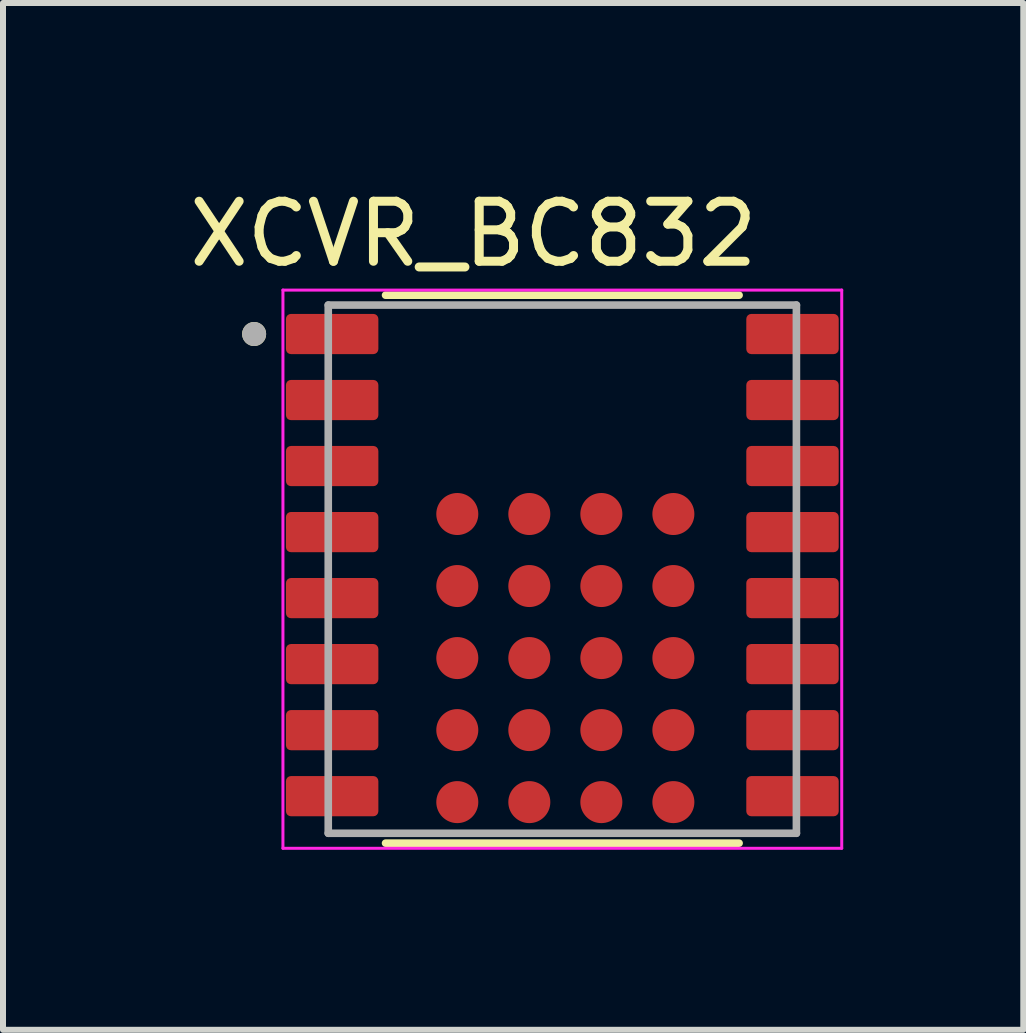
<source format=kicad_pcb>
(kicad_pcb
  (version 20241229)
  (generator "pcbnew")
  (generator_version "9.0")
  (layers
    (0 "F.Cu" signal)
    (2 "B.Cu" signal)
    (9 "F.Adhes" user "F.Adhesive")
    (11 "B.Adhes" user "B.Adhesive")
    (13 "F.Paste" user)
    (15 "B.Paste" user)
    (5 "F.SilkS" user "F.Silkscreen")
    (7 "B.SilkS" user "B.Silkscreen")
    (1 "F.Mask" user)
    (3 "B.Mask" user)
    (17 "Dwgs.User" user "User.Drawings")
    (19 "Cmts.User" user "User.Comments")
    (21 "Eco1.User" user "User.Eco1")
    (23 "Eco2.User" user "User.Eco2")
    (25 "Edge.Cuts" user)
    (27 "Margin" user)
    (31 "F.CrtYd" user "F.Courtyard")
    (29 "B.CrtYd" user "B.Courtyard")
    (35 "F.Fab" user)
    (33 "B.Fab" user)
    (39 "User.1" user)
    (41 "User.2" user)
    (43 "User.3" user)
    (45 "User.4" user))
  (footprint "XCVR_BC832"
    (layer "F.Cu")
    (at 6.319 6.433)
    (property "Reference" "XCVR_BC832" (at -1.48 -5.585 0) (layer "F.SilkS") (effects (font (size 1 1) (thickness 0.15))))
    (attr smd)
    (fp_rect (start -4.36 -4.2) (end -3.31 4.07) (stroke (width 0.1) (type default)) (fill yes) (layer "F.Mask"))
    (fp_rect (start 3.31 -4.2) (end 4.36 4.07) (stroke (width 0.1) (type default)) (fill yes) (layer "F.Mask"))
    (fp_line (start -2.945 -4.565) (end 2.945 -4.565) (stroke (width 0.127) (type solid)) (layer "F.SilkS"))
    (fp_line (start -2.945 4.565) (end 2.945 4.565) (stroke (width 0.127) (type solid)) (layer "F.SilkS"))
    (fp_circle (center -5.135 -3.918) (end -5.035 -3.918) (stroke (width 0.2) (type solid)) (fill no) (layer "F.SilkS"))
    (fp_rect (start -4.36 -4.2) (end -3.315 -3.635) (stroke (width 0.1) (type default)) (fill yes) (layer "F.Paste"))
    (fp_rect (start -4.355 -3.103) (end -3.31 -2.538) (stroke (width 0.1) (type default)) (fill yes) (layer "F.Paste"))
    (fp_rect (start -4.355 -2.002) (end -3.31 -1.438) (stroke (width 0.1) (type default)) (fill yes) (layer "F.Paste"))
    (fp_rect (start -4.355 -0.902) (end -3.31 -0.338) (stroke (width 0.1) (type default)) (fill yes) (layer "F.Paste"))
    (fp_rect (start -4.355 0.198) (end -3.31 0.762) (stroke (width 0.1) (type default)) (fill yes) (layer "F.Paste"))
    (fp_rect (start -4.355 1.298) (end -3.31 1.863) (stroke (width 0.1) (type default)) (fill yes) (layer "F.Paste"))
    (fp_rect (start -4.355 2.397) (end -3.31 2.962) (stroke (width 0.1) (type default)) (fill yes) (layer "F.Paste"))
    (fp_rect (start -4.355 3.5) (end -3.31 4.065) (stroke (width 0.1) (type default)) (fill yes) (layer "F.Paste"))
    (fp_rect (start 3.317 -4.195) (end 4.362 -3.63) (stroke (width 0.1) (type default)) (fill yes) (layer "F.Paste"))
    (fp_rect (start 3.322 -3.098) (end 4.367 -2.533) (stroke (width 0.1) (type default)) (fill yes) (layer "F.Paste"))
    (fp_rect (start 3.322 -1.998) (end 4.367 -1.433) (stroke (width 0.1) (type default)) (fill yes) (layer "F.Paste"))
    (fp_rect (start 3.322 -0.897) (end 4.367 -0.333) (stroke (width 0.1) (type default)) (fill yes) (layer "F.Paste"))
    (fp_rect (start 3.322 0.203) (end 4.367 0.767) (stroke (width 0.1) (type default)) (fill yes) (layer "F.Paste"))
    (fp_rect (start 3.322 1.302) (end 4.367 1.867) (stroke (width 0.1) (type default)) (fill yes) (layer "F.Paste"))
    (fp_rect (start 3.322 2.402) (end 4.367 2.967) (stroke (width 0.1) (type default)) (fill yes) (layer "F.Paste"))
    (fp_rect (start 3.322 3.505) (end 4.367 4.07) (stroke (width 0.1) (type default)) (fill yes) (layer "F.Paste"))
    (fp_line (start -4.655 -4.65) (end -4.655 4.65) (stroke (width 0.05) (type solid)) (layer "F.CrtYd"))
    (fp_line (start -4.655 4.65) (end 4.655 4.65) (stroke (width 0.05) (type solid)) (layer "F.CrtYd"))
    (fp_line (start 4.655 -4.65) (end -4.655 -4.65) (stroke (width 0.05) (type solid)) (layer "F.CrtYd"))
    (fp_line (start 4.655 4.65) (end 4.655 -4.65) (stroke (width 0.05) (type solid)) (layer "F.CrtYd"))
    (fp_line (start -3.9 -4.4) (end -3.9 4.4) (stroke (width 0.127) (type solid)) (layer "F.Fab"))
    (fp_line (start -3.9 -4.4) (end 3.9 -4.4) (stroke (width 0.127) (type solid)) (layer "F.Fab"))
    (fp_line (start 3.9 -4.4) (end 3.9 4.4) (stroke (width 0.127) (type solid)) (layer "F.Fab"))
    (fp_line (start 3.9 4.4) (end -3.9 4.4) (stroke (width 0.127) (type solid)) (layer "F.Fab"))
    (fp_circle (center -5.135 -3.918) (end -5.035 -3.918) (stroke (width 0.2) (type solid)) (fill no) (layer "F.Fab"))
    (pad "1" smd roundrect (at -3.835 -3.918) (size 1.54 0.67) (layers "F.Cu" "F.Mask" "F.Paste") (roundrect_rratio 0.125))
    (pad "2" smd roundrect (at -3.835 -2.818) (size 1.54 0.67) (layers "F.Cu" "F.Mask" "F.Paste") (roundrect_rratio 0.125))
    (pad "3" smd roundrect (at -3.835 -1.718) (size 1.54 0.67) (layers "F.Cu" "F.Mask" "F.Paste") (roundrect_rratio 0.125))
    (pad "4" smd roundrect (at -3.835 -0.618) (size 1.54 0.67) (layers "F.Cu" "F.Mask" "F.Paste") (roundrect_rratio 0.125))
    (pad "5" smd roundrect (at -3.835 0.482) (size 1.54 0.67) (layers "F.Cu" "F.Mask" "F.Paste") (roundrect_rratio 0.125))
    (pad "6" smd roundrect (at -3.835 1.582) (size 1.54 0.67) (layers "F.Cu" "F.Mask" "F.Paste") (roundrect_rratio 0.125))
    (pad "7" smd roundrect (at -3.835 2.682) (size 1.54 0.67) (layers "F.Cu" "F.Mask" "F.Paste") (roundrect_rratio 0.125))
    (pad "8" smd roundrect (at -3.835 3.782) (size 1.54 0.67) (layers "F.Cu" "F.Mask" "F.Paste") (roundrect_rratio 0.125))
    (pad "9" smd roundrect (at 3.835 3.782) (size 1.54 0.67) (layers "F.Cu" "F.Mask" "F.Paste") (roundrect_rratio 0.125))
    (pad "10" smd roundrect (at 3.835 2.682) (size 1.54 0.67) (layers "F.Cu" "F.Mask" "F.Paste") (roundrect_rratio 0.125))
    (pad "11" smd roundrect (at 3.835 1.582) (size 1.54 0.67) (layers "F.Cu" "F.Mask" "F.Paste") (roundrect_rratio 0.125))
    (pad "12" smd roundrect (at 3.835 0.482) (size 1.54 0.67) (layers "F.Cu" "F.Mask" "F.Paste") (roundrect_rratio 0.125))
    (pad "13" smd roundrect (at 3.835 -0.618) (size 1.54 0.67) (layers "F.Cu" "F.Mask" "F.Paste") (roundrect_rratio 0.125))
    (pad "14" smd roundrect (at 3.835 -1.718) (size 1.54 0.67) (layers "F.Cu" "F.Mask" "F.Paste") (roundrect_rratio 0.125))
    (pad "15" smd roundrect (at 3.835 -2.818) (size 1.54 0.67) (layers "F.Cu" "F.Mask" "F.Paste") (roundrect_rratio 0.125))
    (pad "16" smd roundrect (at 3.835 -3.918) (size 1.54 0.67) (layers "F.Cu" "F.Mask" "F.Paste") (roundrect_rratio 0.125))
    (pad "A1" smd circle (at -1.75 -0.919) (size 0.7 0.7) (layers "F.Cu" "F.Mask" "F.Paste"))
    (pad "A2" smd circle (at -1.75 0.281) (size 0.7 0.7) (layers "F.Cu" "F.Mask" "F.Paste"))
    (pad "A3" smd circle (at -1.75 1.481) (size 0.7 0.7) (layers "F.Cu" "F.Mask" "F.Paste"))
    (pad "A4" smd circle (at -1.75 2.681) (size 0.7 0.7) (layers "F.Cu" "F.Mask" "F.Paste"))
    (pad "A5" smd circle (at -1.75 3.881) (size 0.7 0.7) (layers "F.Cu" "F.Mask" "F.Paste"))
    (pad "B1" smd circle (at -0.55 -0.919) (size 0.7 0.7) (layers "F.Cu" "F.Mask" "F.Paste"))
    (pad "B2" smd circle (at -0.55 0.281) (size 0.7 0.7) (layers "F.Cu" "F.Mask" "F.Paste"))
    (pad "B3" smd circle (at -0.55 1.481) (size 0.7 0.7) (layers "F.Cu" "F.Mask" "F.Paste"))
    (pad "B4" smd circle (at -0.55 2.681) (size 0.7 0.7) (layers "F.Cu" "F.Mask" "F.Paste"))
    (pad "B5" smd circle (at -0.55 3.881) (size 0.7 0.7) (layers "F.Cu" "F.Mask" "F.Paste"))
    (pad "C1" smd circle (at 0.65 -0.919) (size 0.7 0.7) (layers "F.Cu" "F.Mask" "F.Paste"))
    (pad "C2" smd circle (at 0.65 0.281) (size 0.7 0.7) (layers "F.Cu" "F.Mask" "F.Paste"))
    (pad "C3" smd circle (at 0.65 1.481) (size 0.7 0.7) (layers "F.Cu" "F.Mask" "F.Paste"))
    (pad "C4" smd circle (at 0.65 2.681) (size 0.7 0.7) (layers "F.Cu" "F.Mask" "F.Paste"))
    (pad "C5" smd circle (at 0.65 3.881) (size 0.7 0.7) (layers "F.Cu" "F.Mask" "F.Paste"))
    (pad "D1" smd circle (at 1.85 -0.919) (size 0.7 0.7) (layers "F.Cu" "F.Mask" "F.Paste"))
    (pad "D2" smd circle (at 1.85 0.281) (size 0.7 0.7) (layers "F.Cu" "F.Mask" "F.Paste"))
    (pad "D3" smd circle (at 1.85 1.481) (size 0.7 0.7) (layers "F.Cu" "F.Mask" "F.Paste"))
    (pad "D4" smd circle (at 1.85 2.681) (size 0.7 0.7) (layers "F.Cu" "F.Mask" "F.Paste"))
    (pad "D5" smd circle (at 1.85 3.881) (size 0.7 0.7) (layers "F.Cu" "F.Mask" "F.Paste"))
    (zone (net_name "") (layer "F.Cu") (hatch full 0.508) (connect_pads) (min_thickness 0.01) (filled_areas_thickness no) (keepout (tracks not_allowed) (vias not_allowed) (pads not_allowed) (copperpour not_allowed) (footprints allowed)) (placement (enabled no)) (fill) (polygon (pts (xy 2.419 2.033) (xy 2.419 2.18) (xy 2.984 2.18) (xy 2.988 2.18) (xy 2.991 2.18) (xy 2.995 2.181) (xy 2.999 2.182) (xy 3.002 2.182) (xy 3.006 2.183) (xy 3.009 2.185) (xy 3.012 2.186) (xy 3.016 2.188) (xy 3.019 2.189) (xy 3.022 2.191) (xy 3.025 2.193) (xy 3.028 2.196) (xy 3.031 2.198) (xy 3.033 2.201) (xy 3.036 2.203) (xy 3.038 2.206) (xy 3.041 2.209) (xy 3.043 2.212) (xy 3.045 2.215) (xy 3.046 2.218) (xy 3.048 2.222) (xy 3.049 2.225) (xy 3.051 2.228) (xy 3.052 2.232) (xy 3.052 2.235) (xy 3.053 2.239) (xy 3.054 2.243) (xy 3.054 2.246) (xy 3.054 2.25) (xy 3.054 2.78) (xy 3.054 2.784) (xy 3.054 2.787) (xy 3.053 2.791) (xy 3.052 2.795) (xy 3.052 2.798) (xy 3.051 2.802) (xy 3.049 2.805) (xy 3.048 2.808) (xy 3.046 2.812) (xy 3.045 2.815) (xy 3.043 2.818) (xy 3.041 2.821) (xy 3.038 2.824) (xy 3.036 2.827) (xy 3.033 2.829) (xy 3.031 2.832) (xy 3.028 2.834) (xy 3.025 2.837) (xy 3.022 2.839) (xy 3.019 2.841) (xy 3.016 2.842) (xy 3.012 2.844) (xy 3.009 2.845) (xy 3.006 2.847) (xy 3.002 2.848) (xy 2.999 2.848) (xy 2.995 2.849) (xy 2.991 2.85) (xy 2.988 2.85) (xy 2.984 2.85) (xy 2.419 2.85) (xy 2.419 3.28) (xy 2.984 3.28) (xy 2.988 3.28) (xy 2.991 3.28) (xy 2.995 3.281) (xy 2.999 3.282) (xy 3.002 3.282) (xy 3.006 3.283) (xy 3.009 3.285) (xy 3.012 3.286) (xy 3.016 3.288) (xy 3.019 3.289) (xy 3.022 3.291) (xy 3.025 3.293) (xy 3.028 3.296) (xy 3.031 3.298) (xy 3.033 3.301) (xy 3.036 3.303) (xy 3.038 3.306) (xy 3.041 3.309) (xy 3.043 3.312) (xy 3.045 3.315) (xy 3.046 3.318) (xy 3.048 3.322) (xy 3.049 3.325) (xy 3.051 3.328) (xy 3.052 3.332) (xy 3.052 3.335) (xy 3.053 3.339) (xy 3.054 3.343) (xy 3.054 3.346) (xy 3.054 3.35) (xy 3.054 3.88) (xy 3.054 3.884) (xy 3.054 3.887) (xy 3.053 3.891) (xy 3.052 3.895) (xy 3.052 3.898) (xy 3.051 3.902) (xy 3.049 3.905) (xy 3.048 3.908) (xy 3.046 3.912) (xy 3.045 3.915) (xy 3.043 3.918) (xy 3.041 3.921) (xy 3.038 3.924) (xy 3.036 3.927) (xy 3.033 3.929) (xy 3.031 3.932) (xy 3.028 3.934) (xy 3.025 3.937) (xy 3.022 3.939) (xy 3.019 3.941) (xy 3.016 3.942) (xy 3.012 3.944) (xy 3.009 3.945) (xy 3.006 3.947) (xy 3.002 3.948) (xy 2.999 3.948) (xy 2.995 3.949) (xy 2.991 3.95) (xy 2.988 3.95) (xy 2.984 3.95) (xy 2.419 3.95) (xy 2.419 4.38) (xy 2.984 4.38) (xy 2.988 4.38) (xy 2.991 4.38) (xy 2.995 4.381) (xy 2.999 4.382) (xy 3.002 4.382) (xy 3.006 4.383) (xy 3.009 4.385) (xy 3.012 4.386) (xy 3.016 4.388) (xy 3.019 4.389) (xy 3.022 4.391) (xy 3.025 4.393) (xy 3.028 4.396) (xy 3.031 4.398) (xy 3.033 4.401) (xy 3.036 4.403) (xy 3.038 4.406) (xy 3.041 4.409) (xy 3.043 4.412) (xy 3.045 4.415) (xy 3.046 4.418) (xy 3.048 4.422) (xy 3.049 4.425) (xy 3.051 4.428) (xy 3.052 4.432) (xy 3.052 4.435) (xy 3.053 4.439) (xy 3.054 4.443) (xy 3.054 4.446) (xy 3.054 4.45) (xy 3.054 4.98) (xy 3.054 4.984) (xy 3.054 4.987) (xy 3.053 4.991) (xy 3.052 4.995) (xy 3.052 4.998) (xy 3.051 5.002) (xy 3.049 5.005) (xy 3.048 5.008) (xy 3.046 5.012) (xy 3.045 5.015) (xy 3.043 5.018) (xy 3.041 5.021) (xy 3.038 5.024) (xy 3.036 5.027) (xy 3.033 5.029) (xy 3.031 5.032) (xy 3.028 5.034) (xy 3.025 5.037) (xy 3.022 5.039) (xy 3.019 5.041) (xy 3.016 5.042) (xy 3.012 5.044) (xy 3.009 5.045) (xy 3.006 5.047) (xy 3.002 5.048) (xy 2.999 5.048) (xy 2.995 5.049) (xy 2.991 5.05) (xy 2.988 5.05) (xy 2.984 5.05) (xy 2.419 5.05) (xy 2.419 5.233) (xy 10.219 5.233) (xy 10.219 5.05) (xy 9.654 5.05) (xy 9.65 5.05) (xy 9.647 5.05) (xy 9.643 5.049) (xy 9.639 5.048) (xy 9.636 5.048) (xy 9.632 5.047) (xy 9.629 5.045) (xy 9.626 5.044) (xy 9.622 5.042) (xy 9.619 5.041) (xy 9.616 5.039) (xy 9.613 5.037) (xy 9.61 5.034) (xy 9.607 5.032) (xy 9.605 5.029) (xy 9.602 5.027) (xy 9.6 5.024) (xy 9.597 5.021) (xy 9.595 5.018) (xy 9.593 5.015) (xy 9.592 5.012) (xy 9.59 5.008) (xy 9.589 5.005) (xy 9.587 5.002) (xy 9.586 4.998) (xy 9.586 4.995) (xy 9.585 4.991) (xy 9.584 4.987) (xy 9.584 4.984) (xy 9.584 4.98) (xy 9.584 4.45) (xy 9.584 4.446) (xy 9.584 4.443) (xy 9.585 4.439) (xy 9.586 4.435) (xy 9.586 4.432) (xy 9.587 4.428) (xy 9.589 4.425) (xy 9.59 4.422) (xy 9.592 4.418) (xy 9.593 4.415) (xy 9.595 4.412) (xy 9.597 4.409) (xy 9.6 4.406) (xy 9.602 4.403) (xy 9.605 4.401) (xy 9.607 4.398) (xy 9.61 4.396) (xy 9.613 4.393) (xy 9.616 4.391) (xy 9.619 4.389) (xy 9.622 4.388) (xy 9.626 4.386) (xy 9.629 4.385) (xy 9.632 4.383) (xy 9.636 4.382) (xy 9.639 4.382) (xy 9.643 4.381) (xy 9.647 4.38) (xy 9.65 4.38) (xy 9.654 4.38) (xy 10.219 4.38) (xy 10.219 3.95) (xy 9.654 3.95) (xy 9.65 3.95) (xy 9.647 3.95) (xy 9.643 3.949) (xy 9.639 3.948) (xy 9.636 3.948) (xy 9.632 3.947) (xy 9.629 3.945) (xy 9.626 3.944) (xy 9.622 3.942) (xy 9.619 3.941) (xy 9.616 3.939) (xy 9.613 3.937) (xy 9.61 3.934) (xy 9.607 3.932) (xy 9.605 3.929) (xy 9.602 3.927) (xy 9.6 3.924) (xy 9.597 3.921) (xy 9.595 3.918) (xy 9.593 3.915) (xy 9.592 3.912) (xy 9.59 3.908) (xy 9.589 3.905) (xy 9.587 3.902) (xy 9.586 3.898) (xy 9.586 3.895) (xy 9.585 3.891) (xy 9.584 3.887) (xy 9.584 3.884) (xy 9.584 3.88) (xy 9.584 3.35) (xy 9.584 3.346) (xy 9.584 3.343) (xy 9.585 3.339) (xy 9.586 3.335) (xy 9.586 3.332) (xy 9.587 3.328) (xy 9.589 3.325) (xy 9.59 3.322) (xy 9.592 3.318) (xy 9.593 3.315) (xy 9.595 3.312) (xy 9.597 3.309) (xy 9.6 3.306) (xy 9.602 3.303) (xy 9.605 3.301) (xy 9.607 3.298) (xy 9.61 3.296) (xy 9.613 3.293) (xy 9.616 3.291) (xy 9.619 3.289) (xy 9.622 3.288) (xy 9.626 3.286) (xy 9.629 3.285) (xy 9.632 3.283) (xy 9.636 3.282) (xy 9.639 3.282) (xy 9.643 3.281) (xy 9.647 3.28) (xy 9.65 3.28) (xy 9.654 3.28) (xy 10.219 3.28) (xy 10.219 2.85) (xy 9.654 2.85) (xy 9.65 2.85) (xy 9.647 2.85) (xy 9.643 2.849) (xy 9.639 2.848) (xy 9.636 2.848) (xy 9.632 2.847) (xy 9.629 2.845) (xy 9.626 2.844) (xy 9.622 2.842) (xy 9.619 2.841) (xy 9.616 2.839) (xy 9.613 2.837) (xy 9.61 2.834) (xy 9.607 2.832) (xy 9.605 2.829) (xy 9.602 2.827) (xy 9.6 2.824) (xy 9.597 2.821) (xy 9.595 2.818) (xy 9.593 2.815) (xy 9.592 2.812) (xy 9.59 2.808) (xy 9.589 2.805) (xy 9.587 2.802) (xy 9.586 2.798) (xy 9.586 2.795) (xy 9.585 2.791) (xy 9.584 2.787) (xy 9.584 2.784) (xy 9.584 2.78) (xy 9.584 2.25) (xy 9.584 2.246) (xy 9.584 2.243) (xy 9.585 2.239) (xy 9.586 2.235) (xy 9.586 2.232) (xy 9.587 2.228) (xy 9.589 2.225) (xy 9.59 2.222) (xy 9.592 2.218) (xy 9.593 2.215) (xy 9.595 2.212) (xy 9.597 2.209) (xy 9.6 2.206) (xy 9.602 2.203) (xy 9.605 2.201) (xy 9.607 2.198) (xy 9.61 2.196) (xy 9.613 2.193) (xy 9.616 2.191) (xy 9.619 2.189) (xy 9.622 2.188) (xy 9.626 2.186) (xy 9.629 2.185) (xy 9.632 2.183) (xy 9.636 2.182) (xy 9.639 2.182) (xy 9.643 2.181) (xy 9.647 2.18) (xy 9.65 2.18) (xy 9.654 2.18) (xy 10.219 2.18) (xy 10.219 2.033))))
    (zone (net_name "") (layers "F.Cu" "B.Cu") (hatch full 0.508) (connect_pads) (min_thickness 0.01) (filled_areas_thickness no) (keepout (tracks allowed) (vias not_allowed) (pads allowed) (copperpour allowed) (footprints allowed)) (placement (enabled no)) (fill) (polygon (pts (xy 2.419 2.033) (xy 2.419 2.18) (xy 2.984 2.18) (xy 2.988 2.18) (xy 2.991 2.18) (xy 2.995 2.181) (xy 2.999 2.182) (xy 3.002 2.182) (xy 3.006 2.183) (xy 3.009 2.185) (xy 3.012 2.186) (xy 3.016 2.188) (xy 3.019 2.189) (xy 3.022 2.191) (xy 3.025 2.193) (xy 3.028 2.196) (xy 3.031 2.198) (xy 3.033 2.201) (xy 3.036 2.203) (xy 3.038 2.206) (xy 3.041 2.209) (xy 3.043 2.212) (xy 3.045 2.215) (xy 3.046 2.218) (xy 3.048 2.222) (xy 3.049 2.225) (xy 3.051 2.228) (xy 3.052 2.232) (xy 3.052 2.235) (xy 3.053 2.239) (xy 3.054 2.243) (xy 3.054 2.246) (xy 3.054 2.25) (xy 3.054 2.78) (xy 3.054 2.784) (xy 3.054 2.787) (xy 3.053 2.791) (xy 3.052 2.795) (xy 3.052 2.798) (xy 3.051 2.802) (xy 3.049 2.805) (xy 3.048 2.808) (xy 3.046 2.812) (xy 3.045 2.815) (xy 3.043 2.818) (xy 3.041 2.821) (xy 3.038 2.824) (xy 3.036 2.827) (xy 3.033 2.829) (xy 3.031 2.832) (xy 3.028 2.834) (xy 3.025 2.837) (xy 3.022 2.839) (xy 3.019 2.841) (xy 3.016 2.842) (xy 3.012 2.844) (xy 3.009 2.845) (xy 3.006 2.847) (xy 3.002 2.848) (xy 2.999 2.848) (xy 2.995 2.849) (xy 2.991 2.85) (xy 2.988 2.85) (xy 2.984 2.85) (xy 2.419 2.85) (xy 2.419 3.28) (xy 2.984 3.28) (xy 2.988 3.28) (xy 2.991 3.28) (xy 2.995 3.281) (xy 2.999 3.282) (xy 3.002 3.282) (xy 3.006 3.283) (xy 3.009 3.285) (xy 3.012 3.286) (xy 3.016 3.288) (xy 3.019 3.289) (xy 3.022 3.291) (xy 3.025 3.293) (xy 3.028 3.296) (xy 3.031 3.298) (xy 3.033 3.301) (xy 3.036 3.303) (xy 3.038 3.306) (xy 3.041 3.309) (xy 3.043 3.312) (xy 3.045 3.315) (xy 3.046 3.318) (xy 3.048 3.322) (xy 3.049 3.325) (xy 3.051 3.328) (xy 3.052 3.332) (xy 3.052 3.335) (xy 3.053 3.339) (xy 3.054 3.343) (xy 3.054 3.346) (xy 3.054 3.35) (xy 3.054 3.88) (xy 3.054 3.884) (xy 3.054 3.887) (xy 3.053 3.891) (xy 3.052 3.895) (xy 3.052 3.898) (xy 3.051 3.902) (xy 3.049 3.905) (xy 3.048 3.908) (xy 3.046 3.912) (xy 3.045 3.915) (xy 3.043 3.918) (xy 3.041 3.921) (xy 3.038 3.924) (xy 3.036 3.927) (xy 3.033 3.929) (xy 3.031 3.932) (xy 3.028 3.934) (xy 3.025 3.937) (xy 3.022 3.939) (xy 3.019 3.941) (xy 3.016 3.942) (xy 3.012 3.944) (xy 3.009 3.945) (xy 3.006 3.947) (xy 3.002 3.948) (xy 2.999 3.948) (xy 2.995 3.949) (xy 2.991 3.95) (xy 2.988 3.95) (xy 2.984 3.95) (xy 2.419 3.95) (xy 2.419 4.38) (xy 2.984 4.38) (xy 2.988 4.38) (xy 2.991 4.38) (xy 2.995 4.381) (xy 2.999 4.382) (xy 3.002 4.382) (xy 3.006 4.383) (xy 3.009 4.385) (xy 3.012 4.386) (xy 3.016 4.388) (xy 3.019 4.389) (xy 3.022 4.391) (xy 3.025 4.393) (xy 3.028 4.396) (xy 3.031 4.398) (xy 3.033 4.401) (xy 3.036 4.403) (xy 3.038 4.406) (xy 3.041 4.409) (xy 3.043 4.412) (xy 3.045 4.415) (xy 3.046 4.418) (xy 3.048 4.422) (xy 3.049 4.425) (xy 3.051 4.428) (xy 3.052 4.432) (xy 3.052 4.435) (xy 3.053 4.439) (xy 3.054 4.443) (xy 3.054 4.446) (xy 3.054 4.45) (xy 3.054 4.98) (xy 3.054 4.984) (xy 3.054 4.987) (xy 3.053 4.991) (xy 3.052 4.995) (xy 3.052 4.998) (xy 3.051 5.002) (xy 3.049 5.005) (xy 3.048 5.008) (xy 3.046 5.012) (xy 3.045 5.015) (xy 3.043 5.018) (xy 3.041 5.021) (xy 3.038 5.024) (xy 3.036 5.027) (xy 3.033 5.029) (xy 3.031 5.032) (xy 3.028 5.034) (xy 3.025 5.037) (xy 3.022 5.039) (xy 3.019 5.041) (xy 3.016 5.042) (xy 3.012 5.044) (xy 3.009 5.045) (xy 3.006 5.047) (xy 3.002 5.048) (xy 2.999 5.048) (xy 2.995 5.049) (xy 2.991 5.05) (xy 2.988 5.05) (xy 2.984 5.05) (xy 2.419 5.05) (xy 2.419 5.233) (xy 10.219 5.233) (xy 10.219 5.05) (xy 9.654 5.05) (xy 9.65 5.05) (xy 9.647 5.05) (xy 9.643 5.049) (xy 9.639 5.048) (xy 9.636 5.048) (xy 9.632 5.047) (xy 9.629 5.045) (xy 9.626 5.044) (xy 9.622 5.042) (xy 9.619 5.041) (xy 9.616 5.039) (xy 9.613 5.037) (xy 9.61 5.034) (xy 9.607 5.032) (xy 9.605 5.029) (xy 9.602 5.027) (xy 9.6 5.024) (xy 9.597 5.021) (xy 9.595 5.018) (xy 9.593 5.015) (xy 9.592 5.012) (xy 9.59 5.008) (xy 9.589 5.005) (xy 9.587 5.002) (xy 9.586 4.998) (xy 9.586 4.995) (xy 9.585 4.991) (xy 9.584 4.987) (xy 9.584 4.984) (xy 9.584 4.98) (xy 9.584 4.45) (xy 9.584 4.446) (xy 9.584 4.443) (xy 9.585 4.439) (xy 9.586 4.435) (xy 9.586 4.432) (xy 9.587 4.428) (xy 9.589 4.425) (xy 9.59 4.422) (xy 9.592 4.418) (xy 9.593 4.415) (xy 9.595 4.412) (xy 9.597 4.409) (xy 9.6 4.406) (xy 9.602 4.403) (xy 9.605 4.401) (xy 9.607 4.398) (xy 9.61 4.396) (xy 9.613 4.393) (xy 9.616 4.391) (xy 9.619 4.389) (xy 9.622 4.388) (xy 9.626 4.386) (xy 9.629 4.385) (xy 9.632 4.383) (xy 9.636 4.382) (xy 9.639 4.382) (xy 9.643 4.381) (xy 9.647 4.38) (xy 9.65 4.38) (xy 9.654 4.38) (xy 10.219 4.38) (xy 10.219 3.95) (xy 9.654 3.95) (xy 9.65 3.95) (xy 9.647 3.95) (xy 9.643 3.949) (xy 9.639 3.948) (xy 9.636 3.948) (xy 9.632 3.947) (xy 9.629 3.945) (xy 9.626 3.944) (xy 9.622 3.942) (xy 9.619 3.941) (xy 9.616 3.939) (xy 9.613 3.937) (xy 9.61 3.934) (xy 9.607 3.932) (xy 9.605 3.929) (xy 9.602 3.927) (xy 9.6 3.924) (xy 9.597 3.921) (xy 9.595 3.918) (xy 9.593 3.915) (xy 9.592 3.912) (xy 9.59 3.908) (xy 9.589 3.905) (xy 9.587 3.902) (xy 9.586 3.898) (xy 9.586 3.895) (xy 9.585 3.891) (xy 9.584 3.887) (xy 9.584 3.884) (xy 9.584 3.88) (xy 9.584 3.35) (xy 9.584 3.346) (xy 9.584 3.343) (xy 9.585 3.339) (xy 9.586 3.335) (xy 9.586 3.332) (xy 9.587 3.328) (xy 9.589 3.325) (xy 9.59 3.322) (xy 9.592 3.318) (xy 9.593 3.315) (xy 9.595 3.312) (xy 9.597 3.309) (xy 9.6 3.306) (xy 9.602 3.303) (xy 9.605 3.301) (xy 9.607 3.298) (xy 9.61 3.296) (xy 9.613 3.293) (xy 9.616 3.291) (xy 9.619 3.289) (xy 9.622 3.288) (xy 9.626 3.286) (xy 9.629 3.285) (xy 9.632 3.283) (xy 9.636 3.282) (xy 9.639 3.282) (xy 9.643 3.281) (xy 9.647 3.28) (xy 9.65 3.28) (xy 9.654 3.28) (xy 10.219 3.28) (xy 10.219 2.85) (xy 9.654 2.85) (xy 9.65 2.85) (xy 9.647 2.85) (xy 9.643 2.849) (xy 9.639 2.848) (xy 9.636 2.848) (xy 9.632 2.847) (xy 9.629 2.845) (xy 9.626 2.844) (xy 9.622 2.842) (xy 9.619 2.841) (xy 9.616 2.839) (xy 9.613 2.837) (xy 9.61 2.834) (xy 9.607 2.832) (xy 9.605 2.829) (xy 9.602 2.827) (xy 9.6 2.824) (xy 9.597 2.821) (xy 9.595 2.818) (xy 9.593 2.815) (xy 9.592 2.812) (xy 9.59 2.808) (xy 9.589 2.805) (xy 9.587 2.802) (xy 9.586 2.798) (xy 9.586 2.795) (xy 9.585 2.791) (xy 9.584 2.787) (xy 9.584 2.784) (xy 9.584 2.78) (xy 9.584 2.25) (xy 9.584 2.246) (xy 9.584 2.243) (xy 9.585 2.239) (xy 9.586 2.235) (xy 9.586 2.232) (xy 9.587 2.228) (xy 9.589 2.225) (xy 9.59 2.222) (xy 9.592 2.218) (xy 9.593 2.215) (xy 9.595 2.212) (xy 9.597 2.209) (xy 9.6 2.206) (xy 9.602 2.203) (xy 9.605 2.201) (xy 9.607 2.198) (xy 9.61 2.196) (xy 9.613 2.193) (xy 9.616 2.191) (xy 9.619 2.189) (xy 9.622 2.188) (xy 9.626 2.186) (xy 9.629 2.185) (xy 9.632 2.183) (xy 9.636 2.182) (xy 9.639 2.182) (xy 9.643 2.181) (xy 9.647 2.18) (xy 9.65 2.18) (xy 9.654 2.18) (xy 10.219 2.18) (xy 10.219 2.033))))
    (zone (net_name "") (layer "B.Cu") (hatch full 0.508) (connect_pads) (min_thickness 0.01) (filled_areas_thickness no) (keepout (tracks not_allowed) (vias not_allowed) (pads not_allowed) (copperpour not_allowed) (footprints allowed)) (placement (enabled no)) (fill) (polygon (pts (xy 2.419 2.033) (xy 2.419 2.18) (xy 2.984 2.18) (xy 2.988 2.18) (xy 2.991 2.18) (xy 2.995 2.181) (xy 2.999 2.182) (xy 3.002 2.182) (xy 3.006 2.183) (xy 3.009 2.185) (xy 3.012 2.186) (xy 3.016 2.188) (xy 3.019 2.189) (xy 3.022 2.191) (xy 3.025 2.193) (xy 3.028 2.196) (xy 3.031 2.198) (xy 3.033 2.201) (xy 3.036 2.203) (xy 3.038 2.206) (xy 3.041 2.209) (xy 3.043 2.212) (xy 3.045 2.215) (xy 3.046 2.218) (xy 3.048 2.222) (xy 3.049 2.225) (xy 3.051 2.228) (xy 3.052 2.232) (xy 3.052 2.235) (xy 3.053 2.239) (xy 3.054 2.243) (xy 3.054 2.246) (xy 3.054 2.25) (xy 3.054 2.78) (xy 3.054 2.784) (xy 3.054 2.787) (xy 3.053 2.791) (xy 3.052 2.795) (xy 3.052 2.798) (xy 3.051 2.802) (xy 3.049 2.805) (xy 3.048 2.808) (xy 3.046 2.812) (xy 3.045 2.815) (xy 3.043 2.818) (xy 3.041 2.821) (xy 3.038 2.824) (xy 3.036 2.827) (xy 3.033 2.829) (xy 3.031 2.832) (xy 3.028 2.834) (xy 3.025 2.837) (xy 3.022 2.839) (xy 3.019 2.841) (xy 3.016 2.842) (xy 3.012 2.844) (xy 3.009 2.845) (xy 3.006 2.847) (xy 3.002 2.848) (xy 2.999 2.848) (xy 2.995 2.849) (xy 2.991 2.85) (xy 2.988 2.85) (xy 2.984 2.85) (xy 2.419 2.85) (xy 2.419 3.28) (xy 2.984 3.28) (xy 2.988 3.28) (xy 2.991 3.28) (xy 2.995 3.281) (xy 2.999 3.282) (xy 3.002 3.282) (xy 3.006 3.283) (xy 3.009 3.285) (xy 3.012 3.286) (xy 3.016 3.288) (xy 3.019 3.289) (xy 3.022 3.291) (xy 3.025 3.293) (xy 3.028 3.296) (xy 3.031 3.298) (xy 3.033 3.301) (xy 3.036 3.303) (xy 3.038 3.306) (xy 3.041 3.309) (xy 3.043 3.312) (xy 3.045 3.315) (xy 3.046 3.318) (xy 3.048 3.322) (xy 3.049 3.325) (xy 3.051 3.328) (xy 3.052 3.332) (xy 3.052 3.335) (xy 3.053 3.339) (xy 3.054 3.343) (xy 3.054 3.346) (xy 3.054 3.35) (xy 3.054 3.88) (xy 3.054 3.884) (xy 3.054 3.887) (xy 3.053 3.891) (xy 3.052 3.895) (xy 3.052 3.898) (xy 3.051 3.902) (xy 3.049 3.905) (xy 3.048 3.908) (xy 3.046 3.912) (xy 3.045 3.915) (xy 3.043 3.918) (xy 3.041 3.921) (xy 3.038 3.924) (xy 3.036 3.927) (xy 3.033 3.929) (xy 3.031 3.932) (xy 3.028 3.934) (xy 3.025 3.937) (xy 3.022 3.939) (xy 3.019 3.941) (xy 3.016 3.942) (xy 3.012 3.944) (xy 3.009 3.945) (xy 3.006 3.947) (xy 3.002 3.948) (xy 2.999 3.948) (xy 2.995 3.949) (xy 2.991 3.95) (xy 2.988 3.95) (xy 2.984 3.95) (xy 2.419 3.95) (xy 2.419 4.38) (xy 2.984 4.38) (xy 2.988 4.38) (xy 2.991 4.38) (xy 2.995 4.381) (xy 2.999 4.382) (xy 3.002 4.382) (xy 3.006 4.383) (xy 3.009 4.385) (xy 3.012 4.386) (xy 3.016 4.388) (xy 3.019 4.389) (xy 3.022 4.391) (xy 3.025 4.393) (xy 3.028 4.396) (xy 3.031 4.398) (xy 3.033 4.401) (xy 3.036 4.403) (xy 3.038 4.406) (xy 3.041 4.409) (xy 3.043 4.412) (xy 3.045 4.415) (xy 3.046 4.418) (xy 3.048 4.422) (xy 3.049 4.425) (xy 3.051 4.428) (xy 3.052 4.432) (xy 3.052 4.435) (xy 3.053 4.439) (xy 3.054 4.443) (xy 3.054 4.446) (xy 3.054 4.45) (xy 3.054 4.98) (xy 3.054 4.984) (xy 3.054 4.987) (xy 3.053 4.991) (xy 3.052 4.995) (xy 3.052 4.998) (xy 3.051 5.002) (xy 3.049 5.005) (xy 3.048 5.008) (xy 3.046 5.012) (xy 3.045 5.015) (xy 3.043 5.018) (xy 3.041 5.021) (xy 3.038 5.024) (xy 3.036 5.027) (xy 3.033 5.029) (xy 3.031 5.032) (xy 3.028 5.034) (xy 3.025 5.037) (xy 3.022 5.039) (xy 3.019 5.041) (xy 3.016 5.042) (xy 3.012 5.044) (xy 3.009 5.045) (xy 3.006 5.047) (xy 3.002 5.048) (xy 2.999 5.048) (xy 2.995 5.049) (xy 2.991 5.05) (xy 2.988 5.05) (xy 2.984 5.05) (xy 2.419 5.05) (xy 2.419 5.233) (xy 10.219 5.233) (xy 10.219 5.05) (xy 9.654 5.05) (xy 9.65 5.05) (xy 9.647 5.05) (xy 9.643 5.049) (xy 9.639 5.048) (xy 9.636 5.048) (xy 9.632 5.047) (xy 9.629 5.045) (xy 9.626 5.044) (xy 9.622 5.042) (xy 9.619 5.041) (xy 9.616 5.039) (xy 9.613 5.037) (xy 9.61 5.034) (xy 9.607 5.032) (xy 9.605 5.029) (xy 9.602 5.027) (xy 9.6 5.024) (xy 9.597 5.021) (xy 9.595 5.018) (xy 9.593 5.015) (xy 9.592 5.012) (xy 9.59 5.008) (xy 9.589 5.005) (xy 9.587 5.002) (xy 9.586 4.998) (xy 9.586 4.995) (xy 9.585 4.991) (xy 9.584 4.987) (xy 9.584 4.984) (xy 9.584 4.98) (xy 9.584 4.45) (xy 9.584 4.446) (xy 9.584 4.443) (xy 9.585 4.439) (xy 9.586 4.435) (xy 9.586 4.432) (xy 9.587 4.428) (xy 9.589 4.425) (xy 9.59 4.422) (xy 9.592 4.418) (xy 9.593 4.415) (xy 9.595 4.412) (xy 9.597 4.409) (xy 9.6 4.406) (xy 9.602 4.403) (xy 9.605 4.401) (xy 9.607 4.398) (xy 9.61 4.396) (xy 9.613 4.393) (xy 9.616 4.391) (xy 9.619 4.389) (xy 9.622 4.388) (xy 9.626 4.386) (xy 9.629 4.385) (xy 9.632 4.383) (xy 9.636 4.382) (xy 9.639 4.382) (xy 9.643 4.381) (xy 9.647 4.38) (xy 9.65 4.38) (xy 9.654 4.38) (xy 10.219 4.38) (xy 10.219 3.95) (xy 9.654 3.95) (xy 9.65 3.95) (xy 9.647 3.95) (xy 9.643 3.949) (xy 9.639 3.948) (xy 9.636 3.948) (xy 9.632 3.947) (xy 9.629 3.945) (xy 9.626 3.944) (xy 9.622 3.942) (xy 9.619 3.941) (xy 9.616 3.939) (xy 9.613 3.937) (xy 9.61 3.934) (xy 9.607 3.932) (xy 9.605 3.929) (xy 9.602 3.927) (xy 9.6 3.924) (xy 9.597 3.921) (xy 9.595 3.918) (xy 9.593 3.915) (xy 9.592 3.912) (xy 9.59 3.908) (xy 9.589 3.905) (xy 9.587 3.902) (xy 9.586 3.898) (xy 9.586 3.895) (xy 9.585 3.891) (xy 9.584 3.887) (xy 9.584 3.884) (xy 9.584 3.88) (xy 9.584 3.35) (xy 9.584 3.346) (xy 9.584 3.343) (xy 9.585 3.339) (xy 9.586 3.335) (xy 9.586 3.332) (xy 9.587 3.328) (xy 9.589 3.325) (xy 9.59 3.322) (xy 9.592 3.318) (xy 9.593 3.315) (xy 9.595 3.312) (xy 9.597 3.309) (xy 9.6 3.306) (xy 9.602 3.303) (xy 9.605 3.301) (xy 9.607 3.298) (xy 9.61 3.296) (xy 9.613 3.293) (xy 9.616 3.291) (xy 9.619 3.289) (xy 9.622 3.288) (xy 9.626 3.286) (xy 9.629 3.285) (xy 9.632 3.283) (xy 9.636 3.282) (xy 9.639 3.282) (xy 9.643 3.281) (xy 9.647 3.28) (xy 9.65 3.28) (xy 9.654 3.28) (xy 10.219 3.28) (xy 10.219 2.85) (xy 9.654 2.85) (xy 9.65 2.85) (xy 9.647 2.85) (xy 9.643 2.849) (xy 9.639 2.848) (xy 9.636 2.848) (xy 9.632 2.847) (xy 9.629 2.845) (xy 9.626 2.844) (xy 9.622 2.842) (xy 9.619 2.841) (xy 9.616 2.839) (xy 9.613 2.837) (xy 9.61 2.834) (xy 9.607 2.832) (xy 9.605 2.829) (xy 9.602 2.827) (xy 9.6 2.824) (xy 9.597 2.821) (xy 9.595 2.818) (xy 9.593 2.815) (xy 9.592 2.812) (xy 9.59 2.808) (xy 9.589 2.805) (xy 9.587 2.802) (xy 9.586 2.798) (xy 9.586 2.795) (xy 9.585 2.791) (xy 9.584 2.787) (xy 9.584 2.784) (xy 9.584 2.78) (xy 9.584 2.25) (xy 9.584 2.246) (xy 9.584 2.243) (xy 9.585 2.239) (xy 9.586 2.235) (xy 9.586 2.232) (xy 9.587 2.228) (xy 9.589 2.225) (xy 9.59 2.222) (xy 9.592 2.218) (xy 9.593 2.215) (xy 9.595 2.212) (xy 9.597 2.209) (xy 9.6 2.206) (xy 9.602 2.203) (xy 9.605 2.201) (xy 9.607 2.198) (xy 9.61 2.196) (xy 9.613 2.193) (xy 9.616 2.191) (xy 9.619 2.189) (xy 9.622 2.188) (xy 9.626 2.186) (xy 9.629 2.185) (xy 9.632 2.183) (xy 9.636 2.182) (xy 9.639 2.182) (xy 9.643 2.181) (xy 9.647 2.18) (xy 9.65 2.18) (xy 9.654 2.18) (xy 10.219 2.18) (xy 10.219 2.033)))))
  (gr_rect
    (start -3 -3)
    (end 13.999 14.108)
    (stroke (width 0.1) (type default))
    (fill no)
    (layer "Edge.Cuts")))
</source>
